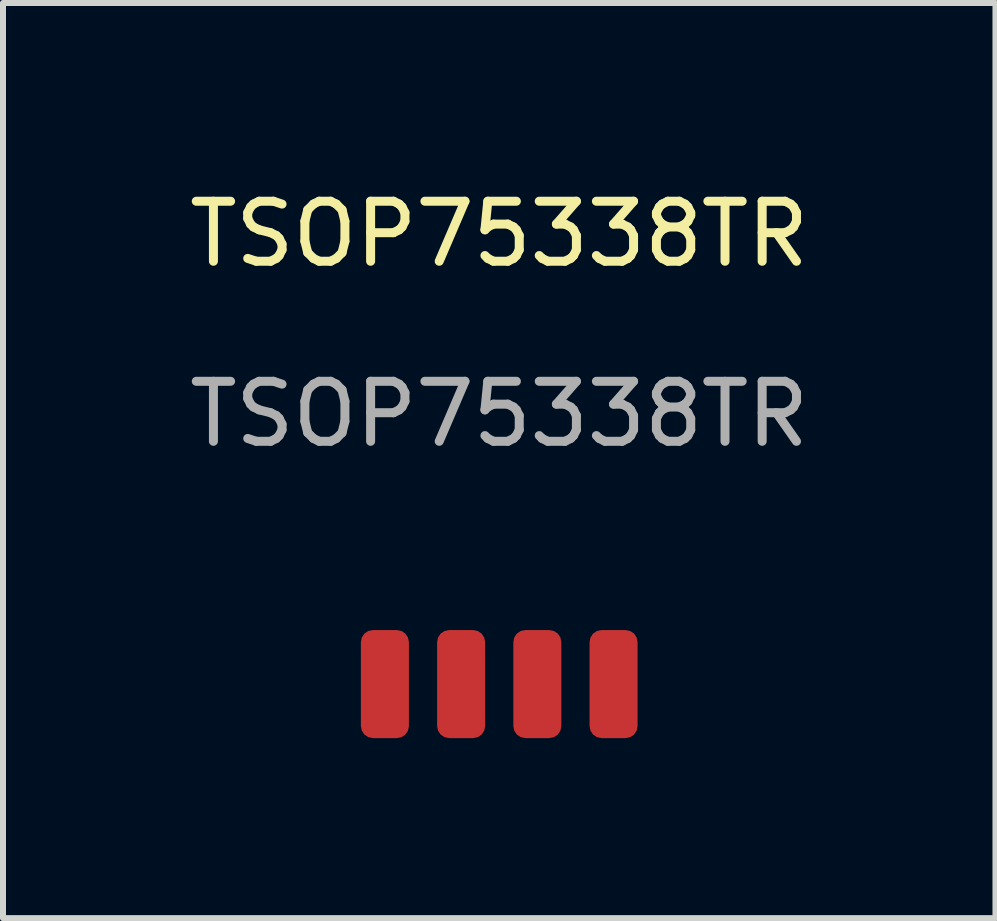
<source format=kicad_pcb>
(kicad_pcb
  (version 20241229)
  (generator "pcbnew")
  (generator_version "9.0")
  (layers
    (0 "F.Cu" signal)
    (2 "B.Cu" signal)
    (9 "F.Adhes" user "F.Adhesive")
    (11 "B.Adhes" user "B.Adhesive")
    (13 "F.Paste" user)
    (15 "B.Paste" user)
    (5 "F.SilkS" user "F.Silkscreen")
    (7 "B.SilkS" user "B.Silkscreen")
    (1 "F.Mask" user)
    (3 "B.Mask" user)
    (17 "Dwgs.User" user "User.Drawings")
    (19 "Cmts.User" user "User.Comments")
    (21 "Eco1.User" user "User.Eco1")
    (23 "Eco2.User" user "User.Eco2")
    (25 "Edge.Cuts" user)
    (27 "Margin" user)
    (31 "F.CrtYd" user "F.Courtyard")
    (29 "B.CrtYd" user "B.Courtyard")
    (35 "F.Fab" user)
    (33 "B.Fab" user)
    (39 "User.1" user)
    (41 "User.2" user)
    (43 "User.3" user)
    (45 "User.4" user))
  (footprint "TSOP75338TR"
    (layer "F.Cu")
    (at 5.268 8.348)
    (property "Reference" "TSOP75338TR" (at 0 -7.5 0) (unlocked yes) (layer "F.SilkS") (effects (font (size 1 1) (thickness 0.15))))
    (attr smd)
    (fp_text user "${REFERENCE}" (at 0 -4.5 0) (unlocked yes) (layer "F.Fab") (effects (font (size 1 1) (thickness 0.15))))
    (pad "1" smd roundrect (at -1.905 0 180) (size 0.8 1.8) (layers "F.Cu" "F.Mask" "F.Paste") (roundrect_rratio 0.25))
    (pad "2" smd roundrect (at -0.635 0 180) (size 0.8 1.8) (layers "F.Cu" "F.Mask" "F.Paste") (roundrect_rratio 0.25))
    (pad "3" smd roundrect (at 0.635 0 180) (size 0.8 1.8) (layers "F.Cu" "F.Mask" "F.Paste") (roundrect_rratio 0.25))
    (pad "4" smd roundrect (at 1.905 0 180) (size 0.8 1.8) (layers "F.Cu" "F.Mask" "F.Paste") (roundrect_rratio 0.25)))
  (gr_rect
    (start -3 -3)
    (end 13.536 12.248)
    (stroke (width 0.1) (type default))
    (fill no)
    (layer "Edge.Cuts")))
</source>
